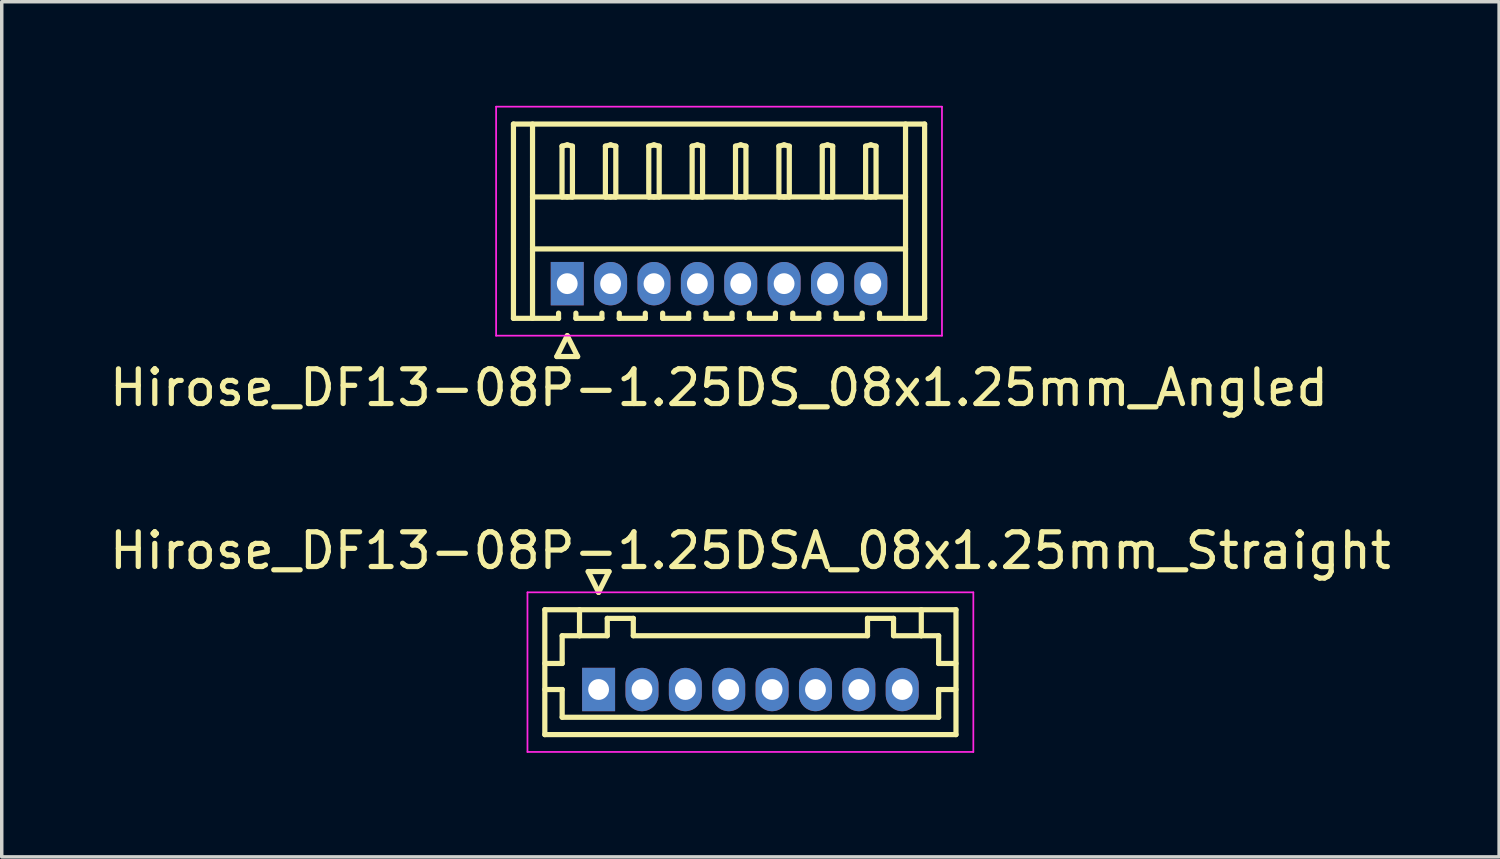
<source format=kicad_pcb>
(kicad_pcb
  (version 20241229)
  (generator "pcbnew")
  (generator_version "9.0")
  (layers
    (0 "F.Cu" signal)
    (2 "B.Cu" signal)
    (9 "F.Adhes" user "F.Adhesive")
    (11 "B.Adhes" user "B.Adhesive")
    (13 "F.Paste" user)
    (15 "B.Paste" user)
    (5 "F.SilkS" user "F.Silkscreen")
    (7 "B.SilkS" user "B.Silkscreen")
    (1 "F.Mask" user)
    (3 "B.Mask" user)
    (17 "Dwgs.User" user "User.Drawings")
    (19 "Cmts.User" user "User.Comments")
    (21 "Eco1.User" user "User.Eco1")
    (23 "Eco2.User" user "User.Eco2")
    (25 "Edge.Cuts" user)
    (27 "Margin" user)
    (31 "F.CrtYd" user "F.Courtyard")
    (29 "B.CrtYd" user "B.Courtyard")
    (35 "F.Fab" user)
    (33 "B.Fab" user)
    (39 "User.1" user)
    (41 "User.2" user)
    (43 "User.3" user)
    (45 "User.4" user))
  (footprint "Hirose_DF13-08P-1.25DSA_08x1.25mm_Straight"
    (layer "F.Cu")
    (at 14.202 16.822)
    (property "Reference" "Hirose_DF13-08P-1.25DSA_08x1.25mm_Straight" (at 4.375 -4 0) (layer "F.SilkS") (effects (font (size 1 1) (thickness 0.15))))
    (attr through_hole)
    (fp_line (start -1.55 -2.3) (end -1.55 1.3) (stroke (width 0.15) (type solid)) (layer "F.SilkS"))
    (fp_line (start -1.55 -0.75) (end -1.05 -0.75) (stroke (width 0.15) (type solid)) (layer "F.SilkS"))
    (fp_line (start -1.55 0) (end -1.05 0) (stroke (width 0.15) (type solid)) (layer "F.SilkS"))
    (fp_line (start -1.55 1.3) (end 10.3 1.3) (stroke (width 0.15) (type solid)) (layer "F.SilkS"))
    (fp_line (start -1.05 -1.55) (end -0.55 -1.55) (stroke (width 0.15) (type solid)) (layer "F.SilkS"))
    (fp_line (start -1.05 -0.75) (end -1.05 -1.55) (stroke (width 0.15) (type solid)) (layer "F.SilkS"))
    (fp_line (start -1.05 0) (end -1.05 0.8) (stroke (width 0.15) (type solid)) (layer "F.SilkS"))
    (fp_line (start -1.05 0.8) (end 9.8 0.8) (stroke (width 0.15) (type solid)) (layer "F.SilkS"))
    (fp_line (start -0.55 -1.55) (end -0.55 -2.3) (stroke (width 0.15) (type solid)) (layer "F.SilkS"))
    (fp_line (start -0.55 -1.55) (end 0.25 -1.55) (stroke (width 0.15) (type solid)) (layer "F.SilkS"))
    (fp_line (start -0.3 -3.4) (end 0.3 -3.4) (stroke (width 0.15) (type solid)) (layer "F.SilkS"))
    (fp_line (start 0 -2.8) (end -0.3 -3.4) (stroke (width 0.15) (type solid)) (layer "F.SilkS"))
    (fp_line (start 0.25 -2.05) (end 1 -2.05) (stroke (width 0.15) (type solid)) (layer "F.SilkS"))
    (fp_line (start 0.25 -1.55) (end 0.25 -2.05) (stroke (width 0.15) (type solid)) (layer "F.SilkS"))
    (fp_line (start 0.3 -3.4) (end 0 -2.8) (stroke (width 0.15) (type solid)) (layer "F.SilkS"))
    (fp_line (start 1 -2.05) (end 1 -1.55) (stroke (width 0.15) (type solid)) (layer "F.SilkS"))
    (fp_line (start 1 -1.55) (end 7.75 -1.55) (stroke (width 0.15) (type solid)) (layer "F.SilkS"))
    (fp_line (start 7.75 -2.05) (end 8.5 -2.05) (stroke (width 0.15) (type solid)) (layer "F.SilkS"))
    (fp_line (start 7.75 -1.55) (end 7.75 -2.05) (stroke (width 0.15) (type solid)) (layer "F.SilkS"))
    (fp_line (start 8.5 -2.05) (end 8.5 -1.55) (stroke (width 0.15) (type solid)) (layer "F.SilkS"))
    (fp_line (start 8.5 -1.55) (end 9.3 -1.55) (stroke (width 0.15) (type solid)) (layer "F.SilkS"))
    (fp_line (start 9.3 -1.55) (end 9.3 -2.3) (stroke (width 0.15) (type solid)) (layer "F.SilkS"))
    (fp_line (start 9.8 -1.55) (end 9.3 -1.55) (stroke (width 0.15) (type solid)) (layer "F.SilkS"))
    (fp_line (start 9.8 -0.75) (end 9.8 -1.55) (stroke (width 0.15) (type solid)) (layer "F.SilkS"))
    (fp_line (start 9.8 0) (end 10.3 0) (stroke (width 0.15) (type solid)) (layer "F.SilkS"))
    (fp_line (start 9.8 0.8) (end 9.8 0) (stroke (width 0.15) (type solid)) (layer "F.SilkS"))
    (fp_line (start 10.3 -2.3) (end -1.55 -2.3) (stroke (width 0.15) (type solid)) (layer "F.SilkS"))
    (fp_line (start 10.3 -0.75) (end 9.8 -0.75) (stroke (width 0.15) (type solid)) (layer "F.SilkS"))
    (fp_line (start 10.3 1.3) (end 10.3 -2.3) (stroke (width 0.15) (type solid)) (layer "F.SilkS"))
    (fp_line (start -2.05 -2.8) (end -2.05 1.8) (stroke (width 0.05) (type solid)) (layer "F.CrtYd"))
    (fp_line (start -2.05 1.8) (end 10.8 1.8) (stroke (width 0.05) (type solid)) (layer "F.CrtYd"))
    (fp_line (start 10.8 -2.8) (end -2.05 -2.8) (stroke (width 0.05) (type solid)) (layer "F.CrtYd"))
    (fp_line (start 10.8 1.8) (end 10.8 -2.8) (stroke (width 0.05) (type solid)) (layer "F.CrtYd"))
    (pad "1" thru_hole rect (at 0 0) (size 0.95 1.25) (drill 0.6) (layers "*.Cu" "*.Mask"))
    (pad "2" thru_hole oval (at 1.25 0) (size 0.95 1.25) (drill 0.6) (layers "*.Cu" "*.Mask"))
    (pad "3" thru_hole oval (at 2.5 0) (size 0.95 1.25) (drill 0.6) (layers "*.Cu" "*.Mask"))
    (pad "4" thru_hole oval (at 3.75 0) (size 0.95 1.25) (drill 0.6) (layers "*.Cu" "*.Mask"))
    (pad "5" thru_hole oval (at 5 0) (size 0.95 1.25) (drill 0.6) (layers "*.Cu" "*.Mask"))
    (pad "6" thru_hole oval (at 6.25 0) (size 0.95 1.25) (drill 0.6) (layers "*.Cu" "*.Mask"))
    (pad "7" thru_hole oval (at 7.5 0) (size 0.95 1.25) (drill 0.6) (layers "*.Cu" "*.Mask"))
    (pad "8" thru_hole oval (at 8.75 0) (size 0.95 1.25) (drill 0.6) (layers "*.Cu" "*.Mask")))
  (footprint "Hirose_DF13-08P-1.25DS_08x1.25mm_Angled"
    (layer "F.Cu")
    (at 13.298 5.125)
    (property "Reference" "Hirose_DF13-08P-1.25DS_08x1.25mm_Angled" (at 4.375 3 0) (layer "F.SilkS") (effects (font (size 1 1) (thickness 0.15))))
    (attr through_hole)
    (fp_line (start -1.55 -4.6) (end 10.3 -4.6) (stroke (width 0.15) (type solid)) (layer "F.SilkS"))
    (fp_line (start -1.55 1) (end -1.55 -4.6) (stroke (width 0.15) (type solid)) (layer "F.SilkS"))
    (fp_line (start -1 -4.6) (end -1 1) (stroke (width 0.15) (type solid)) (layer "F.SilkS"))
    (fp_line (start -1 -2.5) (end 9.75 -2.5) (stroke (width 0.15) (type solid)) (layer "F.SilkS"))
    (fp_line (start -1 -1) (end 9.75 -1) (stroke (width 0.15) (type solid)) (layer "F.SilkS"))
    (fp_line (start -0.3 2.1) (end 0.3 2.1) (stroke (width 0.15) (type solid)) (layer "F.SilkS"))
    (fp_line (start -0.25 0.85) (end -0.25 1) (stroke (width 0.15) (type solid)) (layer "F.SilkS"))
    (fp_line (start -0.25 1) (end -1.55 1) (stroke (width 0.15) (type solid)) (layer "F.SilkS"))
    (fp_line (start -0.15 -3.962) (end 0 -4) (stroke (width 0.15) (type solid)) (layer "F.SilkS"))
    (fp_line (start -0.15 -2.5) (end -0.15 -3.962) (stroke (width 0.15) (type solid)) (layer "F.SilkS"))
    (fp_line (start 0 -4) (end 0.15 -3.962) (stroke (width 0.15) (type solid)) (layer "F.SilkS"))
    (fp_line (start 0 -2.5) (end -0.15 -2.5) (stroke (width 0.15) (type solid)) (layer "F.SilkS"))
    (fp_line (start 0 1.5) (end -0.3 2.1) (stroke (width 0.15) (type solid)) (layer "F.SilkS"))
    (fp_line (start 0.15 -3.962) (end 0.15 -2.5) (stroke (width 0.15) (type solid)) (layer "F.SilkS"))
    (fp_line (start 0.15 -2.5) (end 0 -2.5) (stroke (width 0.15) (type solid)) (layer "F.SilkS"))
    (fp_line (start 0.25 0.85) (end 0.25 1) (stroke (width 0.15) (type solid)) (layer "F.SilkS"))
    (fp_line (start 0.25 1) (end 1 1) (stroke (width 0.15) (type solid)) (layer "F.SilkS"))
    (fp_line (start 0.3 2.1) (end 0 1.5) (stroke (width 0.15) (type solid)) (layer "F.SilkS"))
    (fp_line (start 1 1) (end 1 0.85) (stroke (width 0.15) (type solid)) (layer "F.SilkS"))
    (fp_line (start 1.1 -3.962) (end 1.25 -4) (stroke (width 0.15) (type solid)) (layer "F.SilkS"))
    (fp_line (start 1.1 -2.5) (end 1.1 -3.962) (stroke (width 0.15) (type solid)) (layer "F.SilkS"))
    (fp_line (start 1.25 -4) (end 1.4 -3.962) (stroke (width 0.15) (type solid)) (layer "F.SilkS"))
    (fp_line (start 1.25 -2.5) (end 1.1 -2.5) (stroke (width 0.15) (type solid)) (layer "F.SilkS"))
    (fp_line (start 1.4 -3.962) (end 1.4 -2.5) (stroke (width 0.15) (type solid)) (layer "F.SilkS"))
    (fp_line (start 1.4 -2.5) (end 1.25 -2.5) (stroke (width 0.15) (type solid)) (layer "F.SilkS"))
    (fp_line (start 1.5 0.85) (end 1.5 1) (stroke (width 0.15) (type solid)) (layer "F.SilkS"))
    (fp_line (start 1.5 1) (end 2.25 1) (stroke (width 0.15) (type solid)) (layer "F.SilkS"))
    (fp_line (start 2.25 1) (end 2.25 0.85) (stroke (width 0.15) (type solid)) (layer "F.SilkS"))
    (fp_line (start 2.35 -3.962) (end 2.5 -4) (stroke (width 0.15) (type solid)) (layer "F.SilkS"))
    (fp_line (start 2.35 -2.5) (end 2.35 -3.962) (stroke (width 0.15) (type solid)) (layer "F.SilkS"))
    (fp_line (start 2.5 -4) (end 2.65 -3.962) (stroke (width 0.15) (type solid)) (layer "F.SilkS"))
    (fp_line (start 2.5 -2.5) (end 2.35 -2.5) (stroke (width 0.15) (type solid)) (layer "F.SilkS"))
    (fp_line (start 2.65 -3.962) (end 2.65 -2.5) (stroke (width 0.15) (type solid)) (layer "F.SilkS"))
    (fp_line (start 2.65 -2.5) (end 2.5 -2.5) (stroke (width 0.15) (type solid)) (layer "F.SilkS"))
    (fp_line (start 2.75 0.85) (end 2.75 1) (stroke (width 0.15) (type solid)) (layer "F.SilkS"))
    (fp_line (start 2.75 1) (end 3.5 1) (stroke (width 0.15) (type solid)) (layer "F.SilkS"))
    (fp_line (start 3.5 1) (end 3.5 0.85) (stroke (width 0.15) (type solid)) (layer "F.SilkS"))
    (fp_line (start 3.6 -3.962) (end 3.75 -4) (stroke (width 0.15) (type solid)) (layer "F.SilkS"))
    (fp_line (start 3.6 -2.5) (end 3.6 -3.962) (stroke (width 0.15) (type solid)) (layer "F.SilkS"))
    (fp_line (start 3.75 -4) (end 3.9 -3.962) (stroke (width 0.15) (type solid)) (layer "F.SilkS"))
    (fp_line (start 3.75 -2.5) (end 3.6 -2.5) (stroke (width 0.15) (type solid)) (layer "F.SilkS"))
    (fp_line (start 3.9 -3.962) (end 3.9 -2.5) (stroke (width 0.15) (type solid)) (layer "F.SilkS"))
    (fp_line (start 3.9 -2.5) (end 3.75 -2.5) (stroke (width 0.15) (type solid)) (layer "F.SilkS"))
    (fp_line (start 4 0.85) (end 4 1) (stroke (width 0.15) (type solid)) (layer "F.SilkS"))
    (fp_line (start 4 1) (end 4.75 1) (stroke (width 0.15) (type solid)) (layer "F.SilkS"))
    (fp_line (start 4.75 1) (end 4.75 0.85) (stroke (width 0.15) (type solid)) (layer "F.SilkS"))
    (fp_line (start 4.85 -3.962) (end 5 -4) (stroke (width 0.15) (type solid)) (layer "F.SilkS"))
    (fp_line (start 4.85 -2.5) (end 4.85 -3.962) (stroke (width 0.15) (type solid)) (layer "F.SilkS"))
    (fp_line (start 5 -4) (end 5.15 -3.962) (stroke (width 0.15) (type solid)) (layer "F.SilkS"))
    (fp_line (start 5 -2.5) (end 4.85 -2.5) (stroke (width 0.15) (type solid)) (layer "F.SilkS"))
    (fp_line (start 5.15 -3.962) (end 5.15 -2.5) (stroke (width 0.15) (type solid)) (layer "F.SilkS"))
    (fp_line (start 5.15 -2.5) (end 5 -2.5) (stroke (width 0.15) (type solid)) (layer "F.SilkS"))
    (fp_line (start 5.25 0.85) (end 5.25 1) (stroke (width 0.15) (type solid)) (layer "F.SilkS"))
    (fp_line (start 5.25 1) (end 6 1) (stroke (width 0.15) (type solid)) (layer "F.SilkS"))
    (fp_line (start 6 1) (end 6 0.85) (stroke (width 0.15) (type solid)) (layer "F.SilkS"))
    (fp_line (start 6.1 -3.962) (end 6.25 -4) (stroke (width 0.15) (type solid)) (layer "F.SilkS"))
    (fp_line (start 6.1 -2.5) (end 6.1 -3.962) (stroke (width 0.15) (type solid)) (layer "F.SilkS"))
    (fp_line (start 6.25 -4) (end 6.4 -3.962) (stroke (width 0.15) (type solid)) (layer "F.SilkS"))
    (fp_line (start 6.25 -2.5) (end 6.1 -2.5) (stroke (width 0.15) (type solid)) (layer "F.SilkS"))
    (fp_line (start 6.4 -3.962) (end 6.4 -2.5) (stroke (width 0.15) (type solid)) (layer "F.SilkS"))
    (fp_line (start 6.4 -2.5) (end 6.25 -2.5) (stroke (width 0.15) (type solid)) (layer "F.SilkS"))
    (fp_line (start 6.5 0.85) (end 6.5 1) (stroke (width 0.15) (type solid)) (layer "F.SilkS"))
    (fp_line (start 6.5 1) (end 7.25 1) (stroke (width 0.15) (type solid)) (layer "F.SilkS"))
    (fp_line (start 7.25 1) (end 7.25 0.85) (stroke (width 0.15) (type solid)) (layer "F.SilkS"))
    (fp_line (start 7.35 -3.962) (end 7.5 -4) (stroke (width 0.15) (type solid)) (layer "F.SilkS"))
    (fp_line (start 7.35 -2.5) (end 7.35 -3.962) (stroke (width 0.15) (type solid)) (layer "F.SilkS"))
    (fp_line (start 7.5 -4) (end 7.65 -3.962) (stroke (width 0.15) (type solid)) (layer "F.SilkS"))
    (fp_line (start 7.5 -2.5) (end 7.35 -2.5) (stroke (width 0.15) (type solid)) (layer "F.SilkS"))
    (fp_line (start 7.65 -3.962) (end 7.65 -2.5) (stroke (width 0.15) (type solid)) (layer "F.SilkS"))
    (fp_line (start 7.65 -2.5) (end 7.5 -2.5) (stroke (width 0.15) (type solid)) (layer "F.SilkS"))
    (fp_line (start 7.75 0.85) (end 7.75 1) (stroke (width 0.15) (type solid)) (layer "F.SilkS"))
    (fp_line (start 7.75 1) (end 8.5 1) (stroke (width 0.15) (type solid)) (layer "F.SilkS"))
    (fp_line (start 8.5 1) (end 8.5 0.85) (stroke (width 0.15) (type solid)) (layer "F.SilkS"))
    (fp_line (start 8.6 -3.962) (end 8.75 -4) (stroke (width 0.15) (type solid)) (layer "F.SilkS"))
    (fp_line (start 8.6 -2.5) (end 8.6 -3.962) (stroke (width 0.15) (type solid)) (layer "F.SilkS"))
    (fp_line (start 8.75 -4) (end 8.9 -3.962) (stroke (width 0.15) (type solid)) (layer "F.SilkS"))
    (fp_line (start 8.75 -2.5) (end 8.6 -2.5) (stroke (width 0.15) (type solid)) (layer "F.SilkS"))
    (fp_line (start 8.9 -3.962) (end 8.9 -2.5) (stroke (width 0.15) (type solid)) (layer "F.SilkS"))
    (fp_line (start 8.9 -2.5) (end 8.75 -2.5) (stroke (width 0.15) (type solid)) (layer "F.SilkS"))
    (fp_line (start 9 1) (end 9 0.85) (stroke (width 0.15) (type solid)) (layer "F.SilkS"))
    (fp_line (start 9.75 -4.6) (end 9.75 1) (stroke (width 0.15) (type solid)) (layer "F.SilkS"))
    (fp_line (start 10.3 -4.6) (end 10.3 1) (stroke (width 0.15) (type solid)) (layer "F.SilkS"))
    (fp_line (start 10.3 1) (end 9 1) (stroke (width 0.15) (type solid)) (layer "F.SilkS"))
    (fp_line (start -2.05 -5.1) (end -2.05 1.5) (stroke (width 0.05) (type solid)) (layer "F.CrtYd"))
    (fp_line (start -2.05 1.5) (end 10.8 1.5) (stroke (width 0.05) (type solid)) (layer "F.CrtYd"))
    (fp_line (start 10.8 -5.1) (end -2.05 -5.1) (stroke (width 0.05) (type solid)) (layer "F.CrtYd"))
    (fp_line (start 10.8 1.5) (end 10.8 -5.1) (stroke (width 0.05) (type solid)) (layer "F.CrtYd"))
    (pad "1" thru_hole rect (at 0 0) (size 0.95 1.25) (drill 0.6) (layers "*.Cu" "*.Mask"))
    (pad "2" thru_hole oval (at 1.25 0) (size 0.95 1.25) (drill 0.6) (layers "*.Cu" "*.Mask"))
    (pad "3" thru_hole oval (at 2.5 0) (size 0.95 1.25) (drill 0.6) (layers "*.Cu" "*.Mask"))
    (pad "4" thru_hole oval (at 3.75 0) (size 0.95 1.25) (drill 0.6) (layers "*.Cu" "*.Mask"))
    (pad "5" thru_hole oval (at 5 0) (size 0.95 1.25) (drill 0.6) (layers "*.Cu" "*.Mask"))
    (pad "6" thru_hole oval (at 6.25 0) (size 0.95 1.25) (drill 0.6) (layers "*.Cu" "*.Mask"))
    (pad "7" thru_hole oval (at 7.5 0) (size 0.95 1.25) (drill 0.6) (layers "*.Cu" "*.Mask"))
    (pad "8" thru_hole oval (at 8.75 0) (size 0.95 1.25) (drill 0.6) (layers "*.Cu" "*.Mask")))
  (gr_rect
    (start -3 -3)
    (end 40.155 21.646)
    (stroke (width 0.1) (type default))
    (fill no)
    (layer "Edge.Cuts")))
</source>
